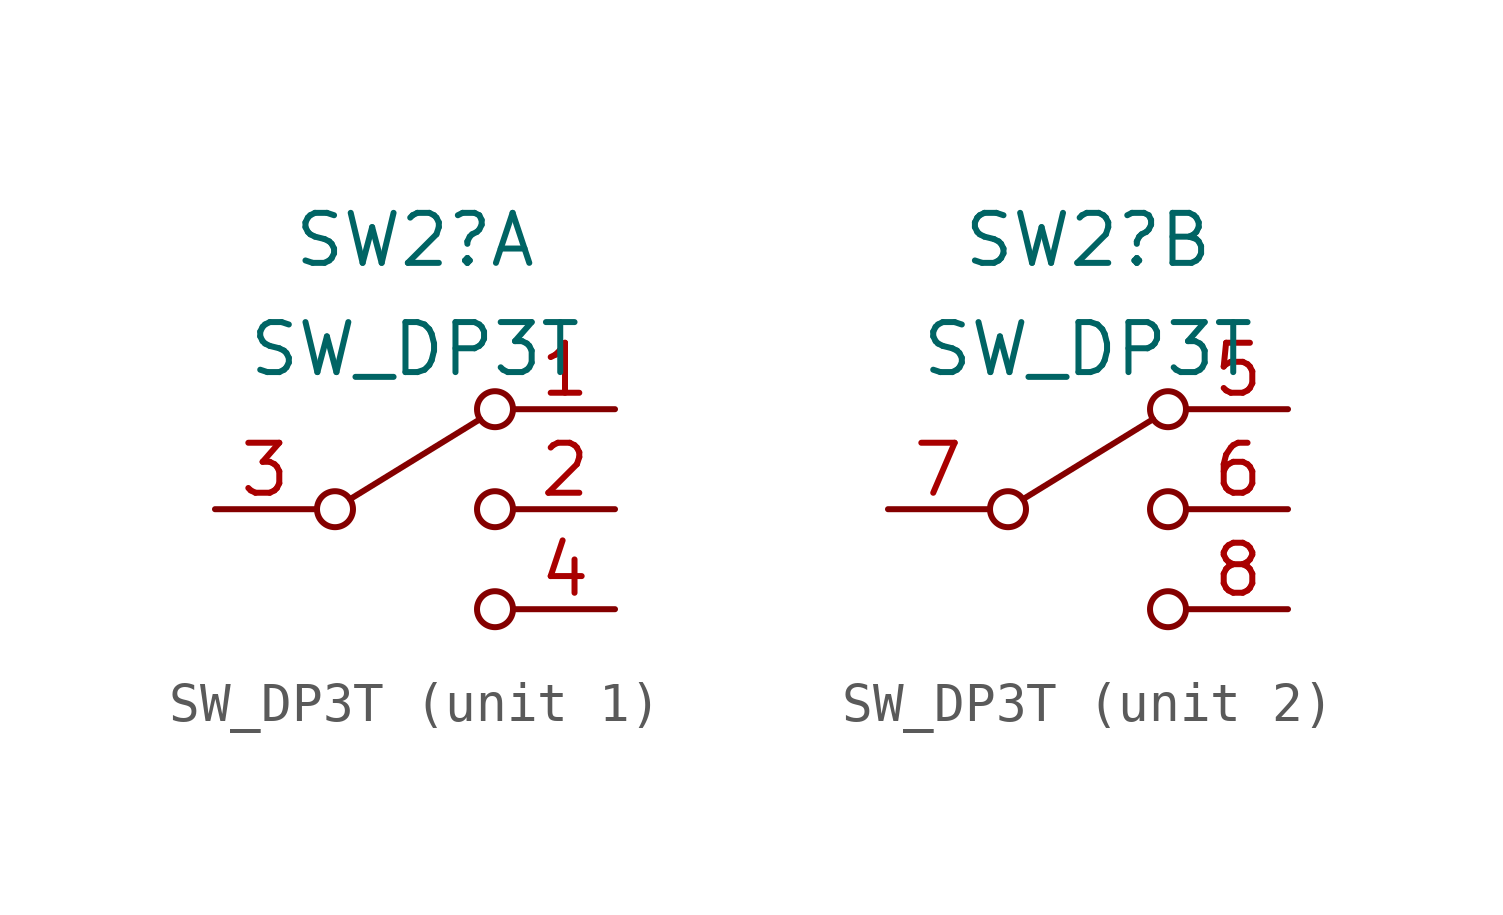
<source format=kicad_sym>
(kicad_symbol_lib
  (version 20211014)
  (generator kicad_symbol_editor)
  (symbol "SW_DP3T"
    (pin_names
      (offset 0) hide)
    (property "Reference" "SW2"
      (at 0 6.837 0)
      (effects (font (size 1.27 1.27))))
    (property "Value" "SW_DP3T"
      (at 0 4.062 0)
      (effects (font (size 1.27 1.27))))
    (symbol "SW_DP3T_0_1"
      (circle (center -2.032 0) (radius 0.457) (stroke (width 0) (type default) (color 0 0 0 0)) (fill (type none)))
      (polyline (pts (xy -1.651 0.254) (xy 1.651 2.286)) (stroke (width 0) (type default) (color 0 0 0 0)) (fill (type none)))
      (circle (center 2.032 -2.54) (radius 0.457) (stroke (width 0) (type default) (color 0 0 0 0)) (fill (type none)))
      (circle (center 2.032 0) (radius 0.457) (stroke (width 0) (type default) (color 0 0 0 0)) (fill (type none)))
      (circle (center 2.032 2.54) (radius 0.457) (stroke (width 0) (type default) (color 0 0 0 0)) (fill (type none))))
    (symbol "SW_DP3T_1_1"
      (pin passive line (at 5.08 2.54 180) (length 2.54) (name "1" (effects (font (size 1.27 1.27)))) (number "1" (effects (font (size 1.27 1.27)))))
      (pin passive line (at 5.08 0 180) (length 2.54) (name "2" (effects (font (size 1.27 1.27)))) (number "2" (effects (font (size 1.27 1.27)))))
      (pin passive line (at -5.08 0 0) (length 2.54) (name "3" (effects (font (size 1.27 1.27)))) (number "3" (effects (font (size 1.27 1.27)))))
      (pin passive line (at 5.08 -2.54 180) (length 2.54) (name "4" (effects (font (size 1.27 1.27)))) (number "4" (effects (font (size 1.27 1.27))))))
    (symbol "SW_DP3T_2_1"
      (pin passive line (at 5.08 2.54 180) (length 2.54) (name "5" (effects (font (size 1.27 1.27)))) (number "5" (effects (font (size 1.27 1.27)))))
      (pin passive line (at 5.08 0 180) (length 2.54) (name "6" (effects (font (size 1.27 1.27)))) (number "6" (effects (font (size 1.27 1.27)))))
      (pin passive line (at -5.08 0 0) (length 2.54) (name "7" (effects (font (size 1.27 1.27)))) (number "7" (effects (font (size 1.27 1.27)))))
      (pin passive line (at 5.08 -2.54 180) (length 2.54) (name "8" (effects (font (size 1.27 1.27)))) (number "8" (effects (font (size 1.27 1.27))))))))
</source>
